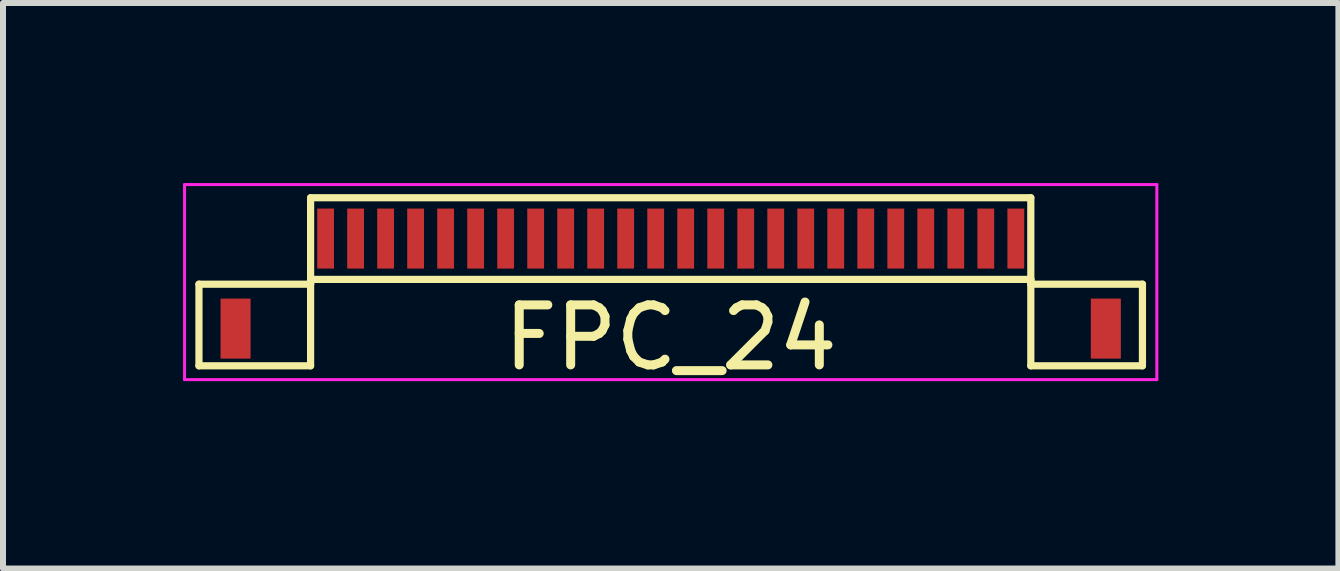
<source format=kicad_pcb>
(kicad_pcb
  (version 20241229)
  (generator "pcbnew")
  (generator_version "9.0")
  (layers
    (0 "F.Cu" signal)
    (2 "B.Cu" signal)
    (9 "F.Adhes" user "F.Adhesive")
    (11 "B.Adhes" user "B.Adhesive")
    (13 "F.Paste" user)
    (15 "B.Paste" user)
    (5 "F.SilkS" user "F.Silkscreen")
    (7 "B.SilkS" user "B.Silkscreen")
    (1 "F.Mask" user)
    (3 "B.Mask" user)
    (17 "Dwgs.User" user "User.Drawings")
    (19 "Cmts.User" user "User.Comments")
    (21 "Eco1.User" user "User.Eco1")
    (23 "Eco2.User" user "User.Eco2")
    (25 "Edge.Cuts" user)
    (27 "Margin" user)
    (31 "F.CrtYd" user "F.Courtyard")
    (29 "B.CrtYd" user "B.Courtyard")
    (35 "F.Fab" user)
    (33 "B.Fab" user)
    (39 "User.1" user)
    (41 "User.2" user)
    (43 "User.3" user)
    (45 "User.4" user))
  (footprint "FPC_24"
    (layer "F.Cu")
    (at 8.125 0.925)
    (property "Reference" "FPC_24" (at 0 1.65 0) (layer "F.SilkS") (effects (font (size 1 1) (thickness 0.15))))
    (attr smd)
    (fp_line (start -7.86 0.76) (end -6 0.76) (stroke (width 0.12) (type solid)) (layer "F.SilkS"))
    (fp_line (start -7.86 2.12) (end -7.86 0.76) (stroke (width 0.12) (type solid)) (layer "F.SilkS"))
    (fp_line (start -6 -0.68) (end 6 -0.68) (stroke (width 0.12) (type solid)) (layer "F.SilkS"))
    (fp_line (start -6 0.68) (end -6 2.12) (stroke (width 0.12) (type solid)) (layer "F.SilkS"))
    (fp_line (start -6 0.68) (end 6 0.68) (stroke (width 0.12) (type solid)) (layer "F.SilkS"))
    (fp_line (start -6 0.76) (end -6 -0.68) (stroke (width 0.12) (type solid)) (layer "F.SilkS"))
    (fp_line (start -6 2.12) (end -7.86 2.12) (stroke (width 0.12) (type solid)) (layer "F.SilkS"))
    (fp_line (start 6 0.68) (end 6 2.12) (stroke (width 0.12) (type solid)) (layer "F.SilkS"))
    (fp_line (start 6 0.76) (end 6 -0.68) (stroke (width 0.12) (type solid)) (layer "F.SilkS"))
    (fp_line (start 6 2.12) (end 7.86 2.12) (stroke (width 0.12) (type solid)) (layer "F.SilkS"))
    (fp_line (start 7.86 0.76) (end 6 0.76) (stroke (width 0.12) (type solid)) (layer "F.SilkS"))
    (fp_line (start 7.86 2.12) (end 7.86 0.76) (stroke (width 0.12) (type solid)) (layer "F.SilkS"))
    (fp_line (start -8.1 -0.9) (end -8.1 2.35) (stroke (width 0.05) (type solid)) (layer "F.CrtYd"))
    (fp_line (start -8.1 -0.9) (end 8.1 -0.9) (stroke (width 0.05) (type solid)) (layer "F.CrtYd"))
    (fp_line (start -8.1 2.35) (end 8.1 2.35) (stroke (width 0.05) (type solid)) (layer "F.CrtYd"))
    (fp_line (start 8.1 -0.9) (end 8.1 2.35) (stroke (width 0.05) (type solid)) (layer "F.CrtYd"))
    (pad "0" smd rect (at -7.25 1.5) (size 0.5 1) (layers "F.Cu" "F.Mask" "F.Paste"))
    (pad "0" smd rect (at 7.25 1.5) (size 0.5 1) (layers "F.Cu" "F.Mask" "F.Paste"))
    (pad "1" smd rect (at -5.75 0) (size 0.28 1) (layers "F.Cu" "F.Mask" "F.Paste"))
    (pad "2" smd rect (at -5.25 0) (size 0.28 1) (layers "F.Cu" "F.Mask" "F.Paste"))
    (pad "3" smd rect (at -4.75 0) (size 0.28 1) (layers "F.Cu" "F.Mask" "F.Paste"))
    (pad "4" smd rect (at -4.25 0) (size 0.28 1) (layers "F.Cu" "F.Mask" "F.Paste"))
    (pad "5" smd rect (at -3.75 0) (size 0.28 1) (layers "F.Cu" "F.Mask" "F.Paste"))
    (pad "6" smd rect (at -3.25 0) (size 0.28 1) (layers "F.Cu" "F.Mask" "F.Paste"))
    (pad "7" smd rect (at -2.75 0) (size 0.28 1) (layers "F.Cu" "F.Mask" "F.Paste"))
    (pad "8" smd rect (at -2.25 0) (size 0.28 1) (layers "F.Cu" "F.Mask" "F.Paste"))
    (pad "9" smd rect (at -1.75 0) (size 0.28 1) (layers "F.Cu" "F.Mask" "F.Paste"))
    (pad "10" smd rect (at -1.25 0) (size 0.28 1) (layers "F.Cu" "F.Mask" "F.Paste"))
    (pad "11" smd rect (at -0.75 0) (size 0.28 1) (layers "F.Cu" "F.Mask" "F.Paste"))
    (pad "12" smd rect (at -0.25 0) (size 0.28 1) (layers "F.Cu" "F.Mask" "F.Paste"))
    (pad "13" smd rect (at 0.25 0) (size 0.28 1) (layers "F.Cu" "F.Mask" "F.Paste"))
    (pad "14" smd rect (at 0.75 0) (size 0.28 1) (layers "F.Cu" "F.Mask" "F.Paste"))
    (pad "15" smd rect (at 1.25 0) (size 0.28 1) (layers "F.Cu" "F.Mask" "F.Paste"))
    (pad "16" smd rect (at 1.75 0) (size 0.28 1) (layers "F.Cu" "F.Mask" "F.Paste"))
    (pad "17" smd rect (at 2.25 0) (size 0.28 1) (layers "F.Cu" "F.Mask" "F.Paste"))
    (pad "18" smd rect (at 2.75 0) (size 0.28 1) (layers "F.Cu" "F.Mask" "F.Paste"))
    (pad "19" smd rect (at 3.25 0) (size 0.28 1) (layers "F.Cu" "F.Mask" "F.Paste"))
    (pad "20" smd rect (at 3.75 0) (size 0.28 1) (layers "F.Cu" "F.Mask" "F.Paste"))
    (pad "21" smd rect (at 4.25 0) (size 0.28 1) (layers "F.Cu" "F.Mask" "F.Paste"))
    (pad "22" smd rect (at 4.75 0) (size 0.28 1) (layers "F.Cu" "F.Mask" "F.Paste"))
    (pad "23" smd rect (at 5.25 0) (size 0.28 1) (layers "F.Cu" "F.Mask" "F.Paste"))
    (pad "24" smd rect (at 5.75 0) (size 0.28 1) (layers "F.Cu" "F.Mask" "F.Paste")))
  (gr_rect
    (start -3 -3)
    (end 19.25 6.423)
    (stroke (width 0.1) (type default))
    (fill no)
    (layer "Edge.Cuts")))
</source>
